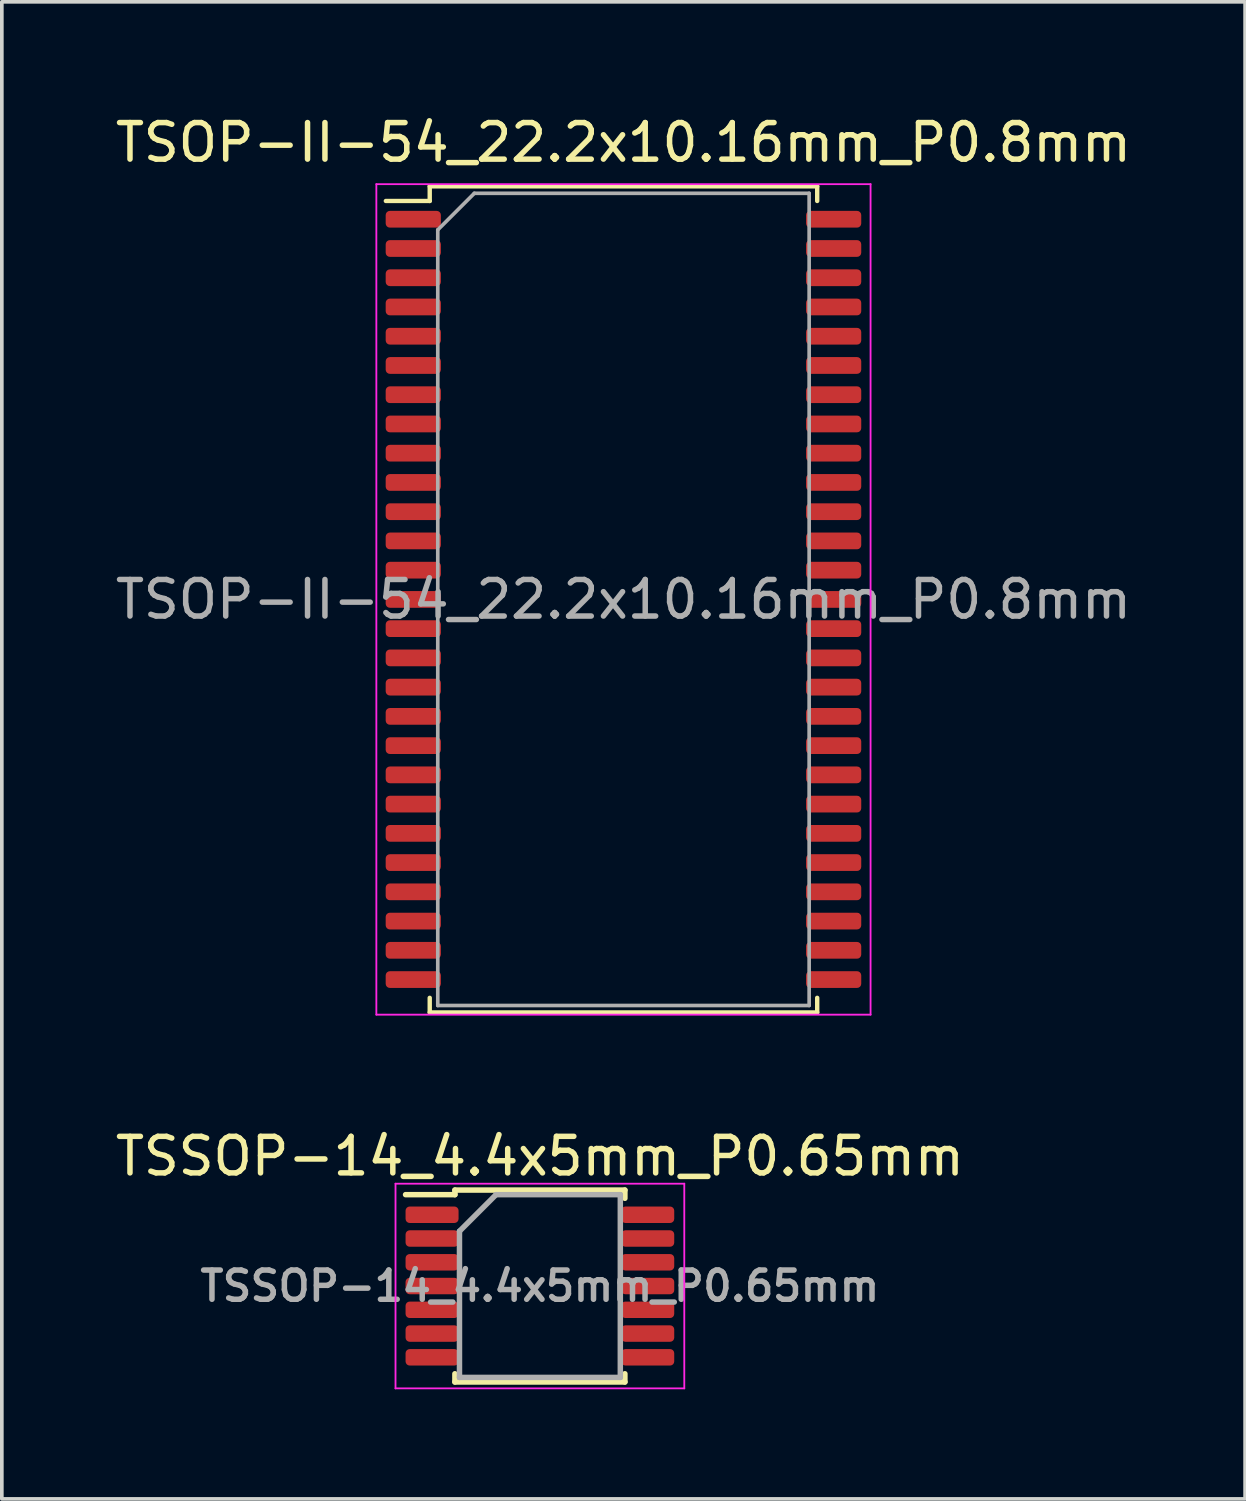
<source format=kicad_pcb>
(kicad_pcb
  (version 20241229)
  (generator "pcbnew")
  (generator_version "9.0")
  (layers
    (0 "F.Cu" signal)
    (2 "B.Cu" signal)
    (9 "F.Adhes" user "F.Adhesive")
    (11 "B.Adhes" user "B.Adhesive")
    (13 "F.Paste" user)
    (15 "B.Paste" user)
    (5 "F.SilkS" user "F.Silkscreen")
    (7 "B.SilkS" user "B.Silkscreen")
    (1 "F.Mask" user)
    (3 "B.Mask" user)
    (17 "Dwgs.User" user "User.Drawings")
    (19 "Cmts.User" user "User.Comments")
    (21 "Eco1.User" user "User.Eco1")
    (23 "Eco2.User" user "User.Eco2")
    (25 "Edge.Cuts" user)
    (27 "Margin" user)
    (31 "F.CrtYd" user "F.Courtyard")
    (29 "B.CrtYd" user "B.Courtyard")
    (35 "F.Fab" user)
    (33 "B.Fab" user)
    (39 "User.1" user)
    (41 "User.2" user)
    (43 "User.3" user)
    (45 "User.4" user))
  (footprint "TSOP-II-54_22.2x10.16mm_P0.8mm"
    (layer "F.Cu")
    (at 14.006 13.348)
    (property "Reference" "TSOP-II-54_22.2x10.16mm_P0.8mm" (at 0 -12.5 0) (layer "F.SilkS") (effects (font (size 1 1) (thickness 0.15))))
    (attr smd)
    (fp_line (start -6.5 -10.9) (end -5.3 -10.9) (stroke (width 0.12) (type solid)) (layer "F.SilkS"))
    (fp_line (start -5.3 -11.3) (end 5.3 -11.3) (stroke (width 0.12) (type solid)) (layer "F.SilkS"))
    (fp_line (start -5.3 -10.9) (end -5.3 -11.3) (stroke (width 0.12) (type solid)) (layer "F.SilkS"))
    (fp_line (start -5.3 10.9) (end -5.3 11.3) (stroke (width 0.12) (type solid)) (layer "F.SilkS"))
    (fp_line (start -5.3 11.3) (end 5.3 11.3) (stroke (width 0.12) (type solid)) (layer "F.SilkS"))
    (fp_line (start 5.3 -11.3) (end 5.3 -10.9) (stroke (width 0.12) (type solid)) (layer "F.SilkS"))
    (fp_line (start 5.3 10.9) (end 5.3 11.3) (stroke (width 0.12) (type solid)) (layer "F.SilkS"))
    (fp_line (start -6.76 -11.36) (end -6.76 11.36) (stroke (width 0.05) (type solid)) (layer "F.CrtYd"))
    (fp_line (start -6.76 -11.36) (end 6.76 -11.36) (stroke (width 0.05) (type solid)) (layer "F.CrtYd"))
    (fp_line (start 6.76 -11.36) (end 6.76 11.36) (stroke (width 0.05) (type solid)) (layer "F.CrtYd"))
    (fp_line (start 6.76 11.36) (end -6.76 11.36) (stroke (width 0.05) (type solid)) (layer "F.CrtYd"))
    (fp_line (start -5.08 11.11) (end -5.08 -10.11) (stroke (width 0.1) (type solid)) (layer "F.Fab"))
    (fp_line (start -4.08 -11.11) (end -5.08 -10.11) (stroke (width 0.1) (type solid)) (layer "F.Fab"))
    (fp_line (start -4.08 -11.11) (end 5.08 -11.11) (stroke (width 0.1) (type solid)) (layer "F.Fab"))
    (fp_line (start 5.08 -11.11) (end 5.08 11.11) (stroke (width 0.1) (type solid)) (layer "F.Fab"))
    (fp_line (start 5.08 11.11) (end -5.08 11.11) (stroke (width 0.1) (type solid)) (layer "F.Fab"))
    (fp_text user "${REFERENCE}" (at 0 0 0) (layer "F.Fab") (effects (font (size 1 1) (thickness 0.15))))
    (pad "1" smd roundrect (at -5.75 -10.4) (size 1.51 0.458) (layers "F.Cu" "F.Mask" "F.Paste") (roundrect_rratio 0.25))
    (pad "2" smd roundrect (at -5.75 -9.6) (size 1.51 0.458) (layers "F.Cu" "F.Mask" "F.Paste") (roundrect_rratio 0.25))
    (pad "3" smd roundrect (at -5.75 -8.8) (size 1.51 0.458) (layers "F.Cu" "F.Mask" "F.Paste") (roundrect_rratio 0.25))
    (pad "4" smd roundrect (at -5.75 -8) (size 1.51 0.458) (layers "F.Cu" "F.Mask" "F.Paste") (roundrect_rratio 0.25))
    (pad "5" smd roundrect (at -5.75 -7.2) (size 1.51 0.458) (layers "F.Cu" "F.Mask" "F.Paste") (roundrect_rratio 0.25))
    (pad "6" smd roundrect (at -5.75 -6.4) (size 1.51 0.458) (layers "F.Cu" "F.Mask" "F.Paste") (roundrect_rratio 0.25))
    (pad "7" smd roundrect (at -5.75 -5.6) (size 1.51 0.458) (layers "F.Cu" "F.Mask" "F.Paste") (roundrect_rratio 0.25))
    (pad "8" smd roundrect (at -5.75 -4.8) (size 1.51 0.458) (layers "F.Cu" "F.Mask" "F.Paste") (roundrect_rratio 0.25))
    (pad "9" smd roundrect (at -5.75 -4) (size 1.51 0.458) (layers "F.Cu" "F.Mask" "F.Paste") (roundrect_rratio 0.25))
    (pad "10" smd roundrect (at -5.75 -3.2) (size 1.51 0.458) (layers "F.Cu" "F.Mask" "F.Paste") (roundrect_rratio 0.25))
    (pad "11" smd roundrect (at -5.75 -2.4) (size 1.51 0.458) (layers "F.Cu" "F.Mask" "F.Paste") (roundrect_rratio 0.25))
    (pad "12" smd roundrect (at -5.75 -1.6) (size 1.51 0.458) (layers "F.Cu" "F.Mask" "F.Paste") (roundrect_rratio 0.25))
    (pad "13" smd roundrect (at -5.75 -0.8) (size 1.51 0.458) (layers "F.Cu" "F.Mask" "F.Paste") (roundrect_rratio 0.25))
    (pad "14" smd roundrect (at -5.75 0) (size 1.51 0.458) (layers "F.Cu" "F.Mask" "F.Paste") (roundrect_rratio 0.25))
    (pad "15" smd roundrect (at -5.75 0.8) (size 1.51 0.458) (layers "F.Cu" "F.Mask" "F.Paste") (roundrect_rratio 0.25))
    (pad "16" smd roundrect (at -5.75 1.6) (size 1.51 0.458) (layers "F.Cu" "F.Mask" "F.Paste") (roundrect_rratio 0.25))
    (pad "17" smd roundrect (at -5.75 2.4) (size 1.51 0.458) (layers "F.Cu" "F.Mask" "F.Paste") (roundrect_rratio 0.25))
    (pad "18" smd roundrect (at -5.75 3.2) (size 1.51 0.458) (layers "F.Cu" "F.Mask" "F.Paste") (roundrect_rratio 0.25))
    (pad "19" smd roundrect (at -5.75 4) (size 1.51 0.458) (layers "F.Cu" "F.Mask" "F.Paste") (roundrect_rratio 0.25))
    (pad "20" smd roundrect (at -5.75 4.8) (size 1.51 0.458) (layers "F.Cu" "F.Mask" "F.Paste") (roundrect_rratio 0.25))
    (pad "21" smd roundrect (at -5.75 5.6) (size 1.51 0.458) (layers "F.Cu" "F.Mask" "F.Paste") (roundrect_rratio 0.25))
    (pad "22" smd roundrect (at -5.75 6.4) (size 1.51 0.458) (layers "F.Cu" "F.Mask" "F.Paste") (roundrect_rratio 0.25))
    (pad "23" smd roundrect (at -5.75 7.2) (size 1.51 0.458) (layers "F.Cu" "F.Mask" "F.Paste") (roundrect_rratio 0.25))
    (pad "24" smd roundrect (at -5.75 8) (size 1.51 0.458) (layers "F.Cu" "F.Mask" "F.Paste") (roundrect_rratio 0.25))
    (pad "25" smd roundrect (at -5.75 8.8) (size 1.51 0.458) (layers "F.Cu" "F.Mask" "F.Paste") (roundrect_rratio 0.25))
    (pad "26" smd roundrect (at -5.75 9.6) (size 1.51 0.458) (layers "F.Cu" "F.Mask" "F.Paste") (roundrect_rratio 0.25))
    (pad "27" smd roundrect (at -5.75 10.4) (size 1.51 0.458) (layers "F.Cu" "F.Mask" "F.Paste") (roundrect_rratio 0.25))
    (pad "28" smd roundrect (at 5.75 10.4) (size 1.51 0.458) (layers "F.Cu" "F.Mask" "F.Paste") (roundrect_rratio 0.25))
    (pad "29" smd roundrect (at 5.75 9.6) (size 1.51 0.458) (layers "F.Cu" "F.Mask" "F.Paste") (roundrect_rratio 0.25))
    (pad "30" smd roundrect (at 5.75 8.8) (size 1.51 0.458) (layers "F.Cu" "F.Mask" "F.Paste") (roundrect_rratio 0.25))
    (pad "31" smd roundrect (at 5.75 8) (size 1.51 0.458) (layers "F.Cu" "F.Mask" "F.Paste") (roundrect_rratio 0.25))
    (pad "32" smd roundrect (at 5.75 7.2) (size 1.51 0.458) (layers "F.Cu" "F.Mask" "F.Paste") (roundrect_rratio 0.25))
    (pad "33" smd roundrect (at 5.75 6.4) (size 1.51 0.458) (layers "F.Cu" "F.Mask" "F.Paste") (roundrect_rratio 0.25))
    (pad "34" smd roundrect (at 5.75 5.6) (size 1.51 0.458) (layers "F.Cu" "F.Mask" "F.Paste") (roundrect_rratio 0.25))
    (pad "35" smd roundrect (at 5.75 4.8) (size 1.51 0.458) (layers "F.Cu" "F.Mask" "F.Paste") (roundrect_rratio 0.25))
    (pad "36" smd roundrect (at 5.75 4) (size 1.51 0.458) (layers "F.Cu" "F.Mask" "F.Paste") (roundrect_rratio 0.25))
    (pad "37" smd roundrect (at 5.75 3.2) (size 1.51 0.458) (layers "F.Cu" "F.Mask" "F.Paste") (roundrect_rratio 0.25))
    (pad "38" smd roundrect (at 5.75 2.4) (size 1.51 0.458) (layers "F.Cu" "F.Mask" "F.Paste") (roundrect_rratio 0.25))
    (pad "39" smd roundrect (at 5.75 1.6) (size 1.51 0.458) (layers "F.Cu" "F.Mask" "F.Paste") (roundrect_rratio 0.25))
    (pad "40" smd roundrect (at 5.75 0.8) (size 1.51 0.458) (layers "F.Cu" "F.Mask" "F.Paste") (roundrect_rratio 0.25))
    (pad "41" smd roundrect (at 5.75 0) (size 1.51 0.458) (layers "F.Cu" "F.Mask" "F.Paste") (roundrect_rratio 0.25))
    (pad "42" smd roundrect (at 5.75 -0.8) (size 1.51 0.458) (layers "F.Cu" "F.Mask" "F.Paste") (roundrect_rratio 0.25))
    (pad "43" smd roundrect (at 5.75 -1.6) (size 1.51 0.458) (layers "F.Cu" "F.Mask" "F.Paste") (roundrect_rratio 0.25))
    (pad "44" smd roundrect (at 5.75 -2.4) (size 1.51 0.458) (layers "F.Cu" "F.Mask" "F.Paste") (roundrect_rratio 0.25))
    (pad "45" smd roundrect (at 5.75 -3.2) (size 1.51 0.458) (layers "F.Cu" "F.Mask" "F.Paste") (roundrect_rratio 0.25))
    (pad "46" smd roundrect (at 5.75 -4) (size 1.51 0.458) (layers "F.Cu" "F.Mask" "F.Paste") (roundrect_rratio 0.25))
    (pad "47" smd roundrect (at 5.75 -4.8) (size 1.51 0.458) (layers "F.Cu" "F.Mask" "F.Paste") (roundrect_rratio 0.25))
    (pad "48" smd roundrect (at 5.75 -5.6) (size 1.51 0.458) (layers "F.Cu" "F.Mask" "F.Paste") (roundrect_rratio 0.25))
    (pad "49" smd roundrect (at 5.75 -6.4) (size 1.51 0.458) (layers "F.Cu" "F.Mask" "F.Paste") (roundrect_rratio 0.25))
    (pad "50" smd roundrect (at 5.75 -7.2) (size 1.51 0.458) (layers "F.Cu" "F.Mask" "F.Paste") (roundrect_rratio 0.25))
    (pad "51" smd roundrect (at 5.75 -8) (size 1.51 0.458) (layers "F.Cu" "F.Mask" "F.Paste") (roundrect_rratio 0.25))
    (pad "52" smd roundrect (at 5.75 -8.8) (size 1.51 0.458) (layers "F.Cu" "F.Mask" "F.Paste") (roundrect_rratio 0.25))
    (pad "53" smd roundrect (at 5.75 -9.6) (size 1.51 0.458) (layers "F.Cu" "F.Mask" "F.Paste") (roundrect_rratio 0.25))
    (pad "54" smd roundrect (at 5.75 -10.4) (size 1.51 0.458) (layers "F.Cu" "F.Mask" "F.Paste") (roundrect_rratio 0.25)))
  (footprint "TSSOP-14_4.4x5mm_P0.65mm"
    (layer "F.Cu")
    (at 11.72 32.132)
    (property "Reference" "TSSOP-14_4.4x5mm_P0.65mm" (at 0 -3.55 0) (layer "F.SilkS") (effects (font (size 1 1) (thickness 0.15))))
    (attr smd)
    (fp_line (start -2.325 -2.625) (end -2.325 -2.5) (stroke (width 0.15) (type solid)) (layer "F.SilkS"))
    (fp_line (start -2.325 -2.625) (end 2.325 -2.625) (stroke (width 0.15) (type solid)) (layer "F.SilkS"))
    (fp_line (start -2.325 -2.5) (end -3.675 -2.5) (stroke (width 0.15) (type solid)) (layer "F.SilkS"))
    (fp_line (start -2.325 2.625) (end -2.325 2.4) (stroke (width 0.15) (type solid)) (layer "F.SilkS"))
    (fp_line (start -2.325 2.625) (end 2.325 2.625) (stroke (width 0.15) (type solid)) (layer "F.SilkS"))
    (fp_line (start 2.325 -2.625) (end 2.325 -2.4) (stroke (width 0.15) (type solid)) (layer "F.SilkS"))
    (fp_line (start 2.325 2.625) (end 2.325 2.4) (stroke (width 0.15) (type solid)) (layer "F.SilkS"))
    (fp_line (start -3.95 -2.8) (end -3.95 2.8) (stroke (width 0.05) (type solid)) (layer "F.CrtYd"))
    (fp_line (start -3.95 -2.8) (end 3.95 -2.8) (stroke (width 0.05) (type solid)) (layer "F.CrtYd"))
    (fp_line (start -3.95 2.8) (end 3.95 2.8) (stroke (width 0.05) (type solid)) (layer "F.CrtYd"))
    (fp_line (start 3.95 -2.8) (end 3.95 2.8) (stroke (width 0.05) (type solid)) (layer "F.CrtYd"))
    (fp_line (start -2.2 -1.5) (end -1.2 -2.5) (stroke (width 0.15) (type solid)) (layer "F.Fab"))
    (fp_line (start -2.2 2.5) (end -2.2 -1.5) (stroke (width 0.15) (type solid)) (layer "F.Fab"))
    (fp_line (start -1.2 -2.5) (end 2.2 -2.5) (stroke (width 0.15) (type solid)) (layer "F.Fab"))
    (fp_line (start 2.2 -2.5) (end 2.2 2.5) (stroke (width 0.15) (type solid)) (layer "F.Fab"))
    (fp_line (start 2.2 2.5) (end -2.2 2.5) (stroke (width 0.15) (type solid)) (layer "F.Fab"))
    (fp_text user "${REFERENCE}" (at 0 0 0) (layer "F.Fab") (effects (font (size 0.8 0.8) (thickness 0.15))))
    (pad "1" smd roundrect (at -2.95 -1.95) (size 1.45 0.45) (layers "F.Cu" "F.Mask" "F.Paste") (roundrect_rratio 0.25))
    (pad "2" smd roundrect (at -2.95 -1.3) (size 1.45 0.45) (layers "F.Cu" "F.Mask" "F.Paste") (roundrect_rratio 0.25))
    (pad "3" smd roundrect (at -2.95 -0.65) (size 1.45 0.45) (layers "F.Cu" "F.Mask" "F.Paste") (roundrect_rratio 0.25))
    (pad "4" smd roundrect (at -2.95 0) (size 1.45 0.45) (layers "F.Cu" "F.Mask" "F.Paste") (roundrect_rratio 0.25))
    (pad "5" smd roundrect (at -2.95 0.65) (size 1.45 0.45) (layers "F.Cu" "F.Mask" "F.Paste") (roundrect_rratio 0.25))
    (pad "6" smd roundrect (at -2.95 1.3) (size 1.45 0.45) (layers "F.Cu" "F.Mask" "F.Paste") (roundrect_rratio 0.25))
    (pad "7" smd roundrect (at -2.95 1.95) (size 1.45 0.45) (layers "F.Cu" "F.Mask" "F.Paste") (roundrect_rratio 0.25))
    (pad "8" smd roundrect (at 2.95 1.95) (size 1.45 0.45) (layers "F.Cu" "F.Mask" "F.Paste") (roundrect_rratio 0.25))
    (pad "9" smd roundrect (at 2.95 1.3) (size 1.45 0.45) (layers "F.Cu" "F.Mask" "F.Paste") (roundrect_rratio 0.25))
    (pad "10" smd roundrect (at 2.95 0.65) (size 1.45 0.45) (layers "F.Cu" "F.Mask" "F.Paste") (roundrect_rratio 0.25))
    (pad "11" smd roundrect (at 2.95 0) (size 1.45 0.45) (layers "F.Cu" "F.Mask" "F.Paste") (roundrect_rratio 0.25))
    (pad "12" smd roundrect (at 2.95 -0.65) (size 1.45 0.45) (layers "F.Cu" "F.Mask" "F.Paste") (roundrect_rratio 0.25))
    (pad "13" smd roundrect (at 2.95 -1.3) (size 1.45 0.45) (layers "F.Cu" "F.Mask" "F.Paste") (roundrect_rratio 0.25))
    (pad "14" smd roundrect (at 2.95 -1.95) (size 1.45 0.45) (layers "F.Cu" "F.Mask" "F.Paste") (roundrect_rratio 0.25)))
  (gr_rect
    (start -3 -3)
    (end 31.012 37.956)
    (stroke (width 0.1) (type default))
    (fill no)
    (layer "Edge.Cuts")))
</source>
